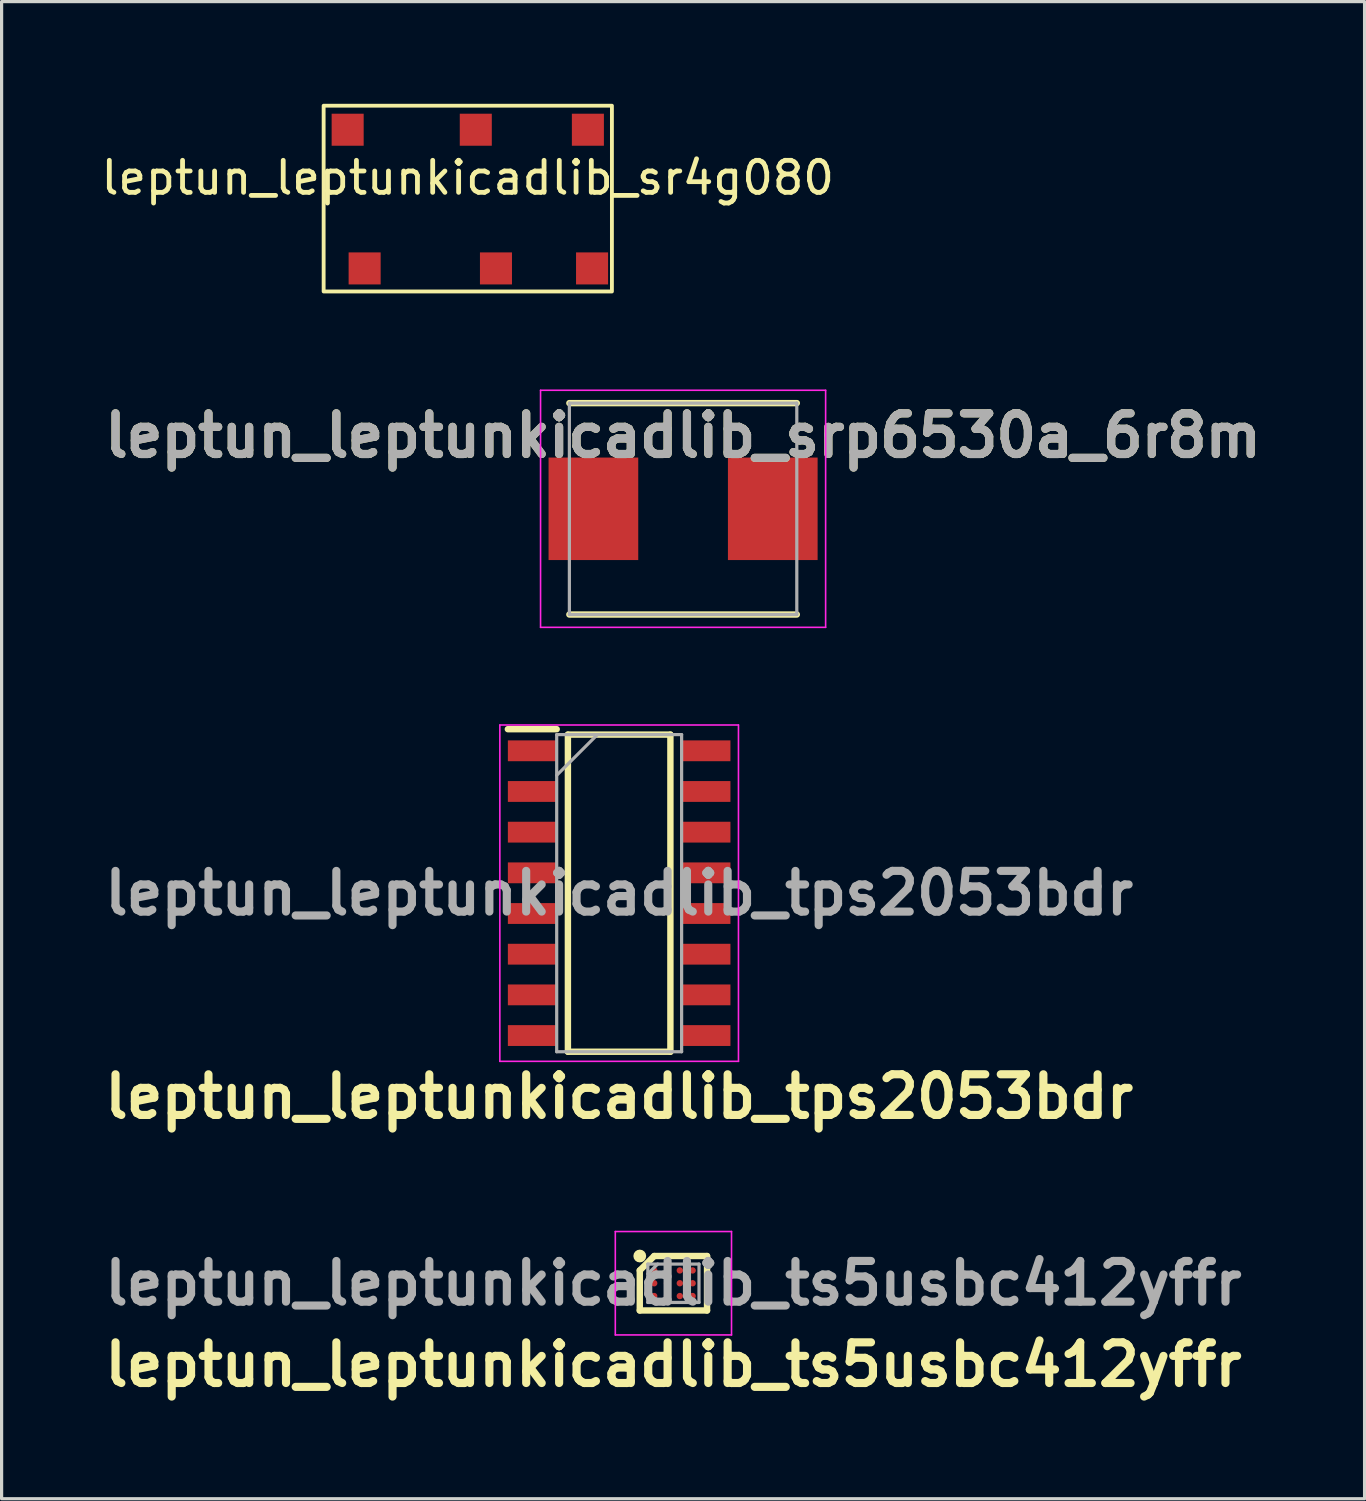
<source format=kicad_pcb>
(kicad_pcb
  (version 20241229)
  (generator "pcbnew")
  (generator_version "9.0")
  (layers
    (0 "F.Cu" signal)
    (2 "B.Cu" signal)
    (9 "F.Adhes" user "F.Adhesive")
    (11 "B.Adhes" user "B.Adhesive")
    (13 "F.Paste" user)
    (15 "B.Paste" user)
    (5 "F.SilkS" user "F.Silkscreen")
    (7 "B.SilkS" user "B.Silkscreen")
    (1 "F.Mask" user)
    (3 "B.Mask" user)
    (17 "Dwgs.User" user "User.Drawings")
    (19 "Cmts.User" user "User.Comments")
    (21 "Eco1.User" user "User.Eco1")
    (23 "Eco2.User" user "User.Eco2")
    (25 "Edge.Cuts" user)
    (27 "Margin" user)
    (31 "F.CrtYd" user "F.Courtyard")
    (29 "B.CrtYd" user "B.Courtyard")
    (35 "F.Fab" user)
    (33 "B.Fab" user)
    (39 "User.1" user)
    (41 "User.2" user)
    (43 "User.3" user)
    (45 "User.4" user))
  (footprint "leptun_leptunkicadlib_sr4g080"
    (layer "F.Cu")
    (at 7.054 0.25)
    (property "Reference" "leptun_leptunkicadlib_sr4g080" (at 4.5 2.25 0) (unlocked yes) (layer "F.SilkS") (effects (font (size 1 1) (thickness 0.15))))
    (attr smd)
    (fp_rect (start 0 0) (end 9 5.8) (stroke (width 0.12) (type default)) (fill no) (layer "F.SilkS"))
    (pad "" smd rect (at 0.75 0.75) (size 1 1) (layers "F.Cu" "F.Mask" "F.Paste"))
    (pad "" smd rect (at 1.28 5.08) (size 1 1) (layers "F.Cu" "F.Mask" "F.Paste"))
    (pad "" smd rect (at 4.75 0.75) (size 1 1) (layers "F.Cu" "F.Mask" "F.Paste"))
    (pad "" smd rect (at 8.25 0.75) (size 1 1) (layers "F.Cu" "F.Mask" "F.Paste"))
    (pad "1" smd rect (at 5.38 5.08) (size 1 1) (layers "F.Cu" "F.Mask" "F.Paste"))
    (pad "2" smd rect (at 8.38 5.08) (size 1 1) (layers "F.Cu" "F.Mask" "F.Paste"))
    (zone (net_name "") (layers "F.Cu" "B.Cu") (hatch edge 0.5) (connect_pads) (min_thickness 0.25) (filled_areas_thickness no) (keepout (tracks not_allowed) (vias not_allowed) (pads not_allowed) (copperpour not_allowed) (footprints not_allowed)) (placement (enabled no)) (fill) (polygon (pts (xy 7.054 0.25) (xy 16.054 0.25) (xy 16.054 4.75) (xy 14.854 4.75) (xy 14.854 6.05) (xy 13.014 6.05) (xy 13.014 4.75) (xy 11.864 4.75) (xy 11.864 6.05) (xy 7.054 6.05)))))
  (footprint "leptun_leptunkicadlib_srp6530a_6r8m"
    (layer "F.Cu")
    (at 18.276 12.835)
    (property "Reference" "leptun_leptunkicadlib_srp6530a_6r8m" (at 0 -2.286 0) (layer "F.SilkS") (effects (font (size 1.27 1.27) (thickness 0.254))))
    (attr smd)
    (fp_line (start -3.55 3.3) (end 3.55 3.3) (stroke (width 0.2) (type solid)) (layer "F.SilkS"))
    (fp_line (start 3.55 -3.3) (end -3.55 -3.3) (stroke (width 0.2) (type solid)) (layer "F.SilkS"))
    (fp_line (start -4.45 -3.7) (end 4.45 -3.7) (stroke (width 0.05) (type solid)) (layer "F.CrtYd"))
    (fp_line (start -4.45 3.7) (end -4.45 -3.7) (stroke (width 0.05) (type solid)) (layer "F.CrtYd"))
    (fp_line (start 4.45 -3.7) (end 4.45 3.7) (stroke (width 0.05) (type solid)) (layer "F.CrtYd"))
    (fp_line (start 4.45 3.7) (end -4.45 3.7) (stroke (width 0.05) (type solid)) (layer "F.CrtYd"))
    (fp_line (start -3.55 -3.3) (end 3.55 -3.3) (stroke (width 0.1) (type solid)) (layer "F.Fab"))
    (fp_line (start -3.55 3.3) (end -3.55 -3.3) (stroke (width 0.1) (type solid)) (layer "F.Fab"))
    (fp_line (start 3.55 -3.3) (end 3.55 3.3) (stroke (width 0.1) (type solid)) (layer "F.Fab"))
    (fp_line (start 3.55 3.3) (end -3.55 3.3) (stroke (width 0.1) (type solid)) (layer "F.Fab"))
    (fp_text user "${REFERENCE}" (at 0 -2.286 0) (layer "F.Fab") (effects (font (size 1.27 1.27) (thickness 0.254))))
    (pad "1" smd rect (at -2.8 0) (size 2.8 3.2) (layers "F.Cu" "F.Mask" "F.Paste"))
    (pad "2" smd rect (at 2.8 0) (size 2.8 3.2) (layers "F.Cu" "F.Mask" "F.Paste")))
  (footprint "leptun_leptunkicadlib_tps2053bdr"
    (layer "F.Cu")
    (at 16.28 24.835)
    (property "Reference" "leptun_leptunkicadlib_tps2053bdr" (at 0 6.35 0) (layer "F.SilkS") (effects (font (size 1.27 1.27) (thickness 0.254))))
    (attr smd)
    (fp_line (start -3.475 -5.12) (end -1.95 -5.12) (stroke (width 0.2) (type solid)) (layer "F.SilkS"))
    (fp_line (start -1.6 -4.95) (end 1.6 -4.95) (stroke (width 0.2) (type solid)) (layer "F.SilkS"))
    (fp_line (start -1.6 4.95) (end -1.6 -4.95) (stroke (width 0.2) (type solid)) (layer "F.SilkS"))
    (fp_line (start 1.6 -4.95) (end 1.6 4.95) (stroke (width 0.2) (type solid)) (layer "F.SilkS"))
    (fp_line (start 1.6 4.95) (end -1.6 4.95) (stroke (width 0.2) (type solid)) (layer "F.SilkS"))
    (fp_line (start -3.725 -5.25) (end 3.725 -5.25) (stroke (width 0.05) (type solid)) (layer "F.CrtYd"))
    (fp_line (start -3.725 5.25) (end -3.725 -5.25) (stroke (width 0.05) (type solid)) (layer "F.CrtYd"))
    (fp_line (start 3.725 -5.25) (end 3.725 5.25) (stroke (width 0.05) (type solid)) (layer "F.CrtYd"))
    (fp_line (start 3.725 5.25) (end -3.725 5.25) (stroke (width 0.05) (type solid)) (layer "F.CrtYd"))
    (fp_line (start -1.95 -4.95) (end 1.95 -4.95) (stroke (width 0.1) (type solid)) (layer "F.Fab"))
    (fp_line (start -1.95 -3.68) (end -0.68 -4.95) (stroke (width 0.1) (type solid)) (layer "F.Fab"))
    (fp_line (start -1.95 4.95) (end -1.95 -4.95) (stroke (width 0.1) (type solid)) (layer "F.Fab"))
    (fp_line (start 1.95 -4.95) (end 1.95 4.95) (stroke (width 0.1) (type solid)) (layer "F.Fab"))
    (fp_line (start 1.95 4.95) (end -1.95 4.95) (stroke (width 0.1) (type solid)) (layer "F.Fab"))
    (fp_text user "${REFERENCE}" (at 0 0 0) (layer "F.Fab") (effects (font (size 1.27 1.27) (thickness 0.254))))
    (pad "1" smd rect (at -2.712 -4.445 90) (size 0.65 1.525) (layers "F.Cu" "F.Mask" "F.Paste"))
    (pad "2" smd rect (at -2.712 -3.175 90) (size 0.65 1.525) (layers "F.Cu" "F.Mask" "F.Paste"))
    (pad "3" smd rect (at -2.712 -1.905 90) (size 0.65 1.525) (layers "F.Cu" "F.Mask" "F.Paste"))
    (pad "4" smd rect (at -2.712 -0.635 90) (size 0.65 1.525) (layers "F.Cu" "F.Mask" "F.Paste"))
    (pad "5" smd rect (at -2.712 0.635 90) (size 0.65 1.525) (layers "F.Cu" "F.Mask" "F.Paste"))
    (pad "6" smd rect (at -2.712 1.905 90) (size 0.65 1.525) (layers "F.Cu" "F.Mask" "F.Paste"))
    (pad "7" smd rect (at -2.712 3.175 90) (size 0.65 1.525) (layers "F.Cu" "F.Mask" "F.Paste"))
    (pad "8" smd rect (at -2.712 4.445 90) (size 0.65 1.525) (layers "F.Cu" "F.Mask" "F.Paste"))
    (pad "9" smd rect (at 2.712 4.445 90) (size 0.65 1.525) (layers "F.Cu" "F.Mask" "F.Paste"))
    (pad "10" smd rect (at 2.712 3.175 90) (size 0.65 1.525) (layers "F.Cu" "F.Mask" "F.Paste"))
    (pad "11" smd rect (at 2.712 1.905 90) (size 0.65 1.525) (layers "F.Cu" "F.Mask" "F.Paste"))
    (pad "12" smd rect (at 2.712 0.635 90) (size 0.65 1.525) (layers "F.Cu" "F.Mask" "F.Paste"))
    (pad "13" smd rect (at 2.712 -0.635 90) (size 0.65 1.525) (layers "F.Cu" "F.Mask" "F.Paste"))
    (pad "14" smd rect (at 2.712 -1.905 90) (size 0.65 1.525) (layers "F.Cu" "F.Mask" "F.Paste"))
    (pad "15" smd rect (at 2.712 -3.175 90) (size 0.65 1.525) (layers "F.Cu" "F.Mask" "F.Paste"))
    (pad "16" smd rect (at 2.712 -4.445 90) (size 0.65 1.525) (layers "F.Cu" "F.Mask" "F.Paste")))
  (footprint "leptun_leptunkicadlib_ts5usbc412yffr"
    (layer "F.Cu")
    (at 17.974 37.013)
    (property "Reference" "leptun_leptunkicadlib_ts5usbc412yffr" (at 0 2.54 0) (layer "F.SilkS") (effects (font (size 1.27 1.27) (thickness 0.254))))
    (attr smd)
    (fp_line (start -1.05 -0.4) (end -0.6 -0.85) (stroke (width 0.2) (type solid)) (layer "F.SilkS"))
    (fp_line (start -1.05 0.85) (end -1.05 -0.4) (stroke (width 0.2) (type solid)) (layer "F.SilkS"))
    (fp_line (start -0.6 -0.85) (end 1.05 -0.85) (stroke (width 0.2) (type solid)) (layer "F.SilkS"))
    (fp_line (start 1.05 -0.85) (end 1.05 0.85) (stroke (width 0.2) (type solid)) (layer "F.SilkS"))
    (fp_line (start 1.05 0.85) (end -1.05 0.85) (stroke (width 0.2) (type solid)) (layer "F.SilkS"))
    (fp_circle (center -1.05 -0.85) (end -1.05 -0.75) (stroke (width 0.2) (type solid)) (fill no) (layer "F.SilkS"))
    (fp_line (start -1.814 -1.614) (end 1.814 -1.614) (stroke (width 0.05) (type solid)) (layer "F.CrtYd"))
    (fp_line (start -1.814 1.614) (end -1.814 -1.614) (stroke (width 0.05) (type solid)) (layer "F.CrtYd"))
    (fp_line (start 1.814 -1.614) (end 1.814 1.614) (stroke (width 0.05) (type solid)) (layer "F.CrtYd"))
    (fp_line (start 1.814 1.614) (end -1.814 1.614) (stroke (width 0.05) (type solid)) (layer "F.CrtYd"))
    (fp_line (start -0.799 -0.599) (end 0.799 -0.599) (stroke (width 0.1) (type solid)) (layer "F.Fab"))
    (fp_line (start -0.799 -0.292) (end -0.492 -0.599) (stroke (width 0.1) (type solid)) (layer "F.Fab"))
    (fp_line (start -0.799 0.599) (end -0.799 -0.599) (stroke (width 0.1) (type solid)) (layer "F.Fab"))
    (fp_line (start 0.799 -0.599) (end 0.799 0.599) (stroke (width 0.1) (type solid)) (layer "F.Fab"))
    (fp_line (start 0.799 0.599) (end -0.799 0.599) (stroke (width 0.1) (type solid)) (layer "F.Fab"))
    (fp_text user "${REFERENCE}" (at 0 0 0) (layer "F.Fab") (effects (font (size 1.27 1.27) (thickness 0.254))))
    (pad "A1" smd circle (at -0.6 -0.4 90) (size 0.2 0.2) (layers "F.Cu" "F.Mask" "F.Paste"))
    (pad "A2" smd circle (at -0.2 -0.4 90) (size 0.2 0.2) (layers "F.Cu" "F.Mask" "F.Paste"))
    (pad "A3" smd circle (at 0.2 -0.4 90) (size 0.2 0.2) (layers "F.Cu" "F.Mask" "F.Paste"))
    (pad "A4" smd circle (at 0.6 -0.4 90) (size 0.2 0.2) (layers "F.Cu" "F.Mask" "F.Paste"))
    (pad "B1" smd circle (at -0.6 0 90) (size 0.2 0.2) (layers "F.Cu" "F.Mask" "F.Paste"))
    (pad "B2" smd circle (at -0.2 0 90) (size 0.2 0.2) (layers "F.Cu" "F.Mask" "F.Paste"))
    (pad "B3" smd circle (at 0.2 0 90) (size 0.2 0.2) (layers "F.Cu" "F.Mask" "F.Paste"))
    (pad "B4" smd circle (at 0.6 0 90) (size 0.2 0.2) (layers "F.Cu" "F.Mask" "F.Paste"))
    (pad "C1" smd circle (at -0.6 0.4 90) (size 0.2 0.2) (layers "F.Cu" "F.Mask" "F.Paste"))
    (pad "C2" smd circle (at -0.2 0.4 90) (size 0.2 0.2) (layers "F.Cu" "F.Mask" "F.Paste"))
    (pad "C3" smd circle (at 0.2 0.4 90) (size 0.2 0.2) (layers "F.Cu" "F.Mask" "F.Paste"))
    (pad "C4" smd circle (at 0.6 0.4 90) (size 0.2 0.2) (layers "F.Cu" "F.Mask" "F.Paste")))
  (gr_rect
    (start -3 -3)
    (end 39.552 43.741)
    (stroke (width 0.1) (type default))
    (fill no)
    (layer "Edge.Cuts")))
</source>
